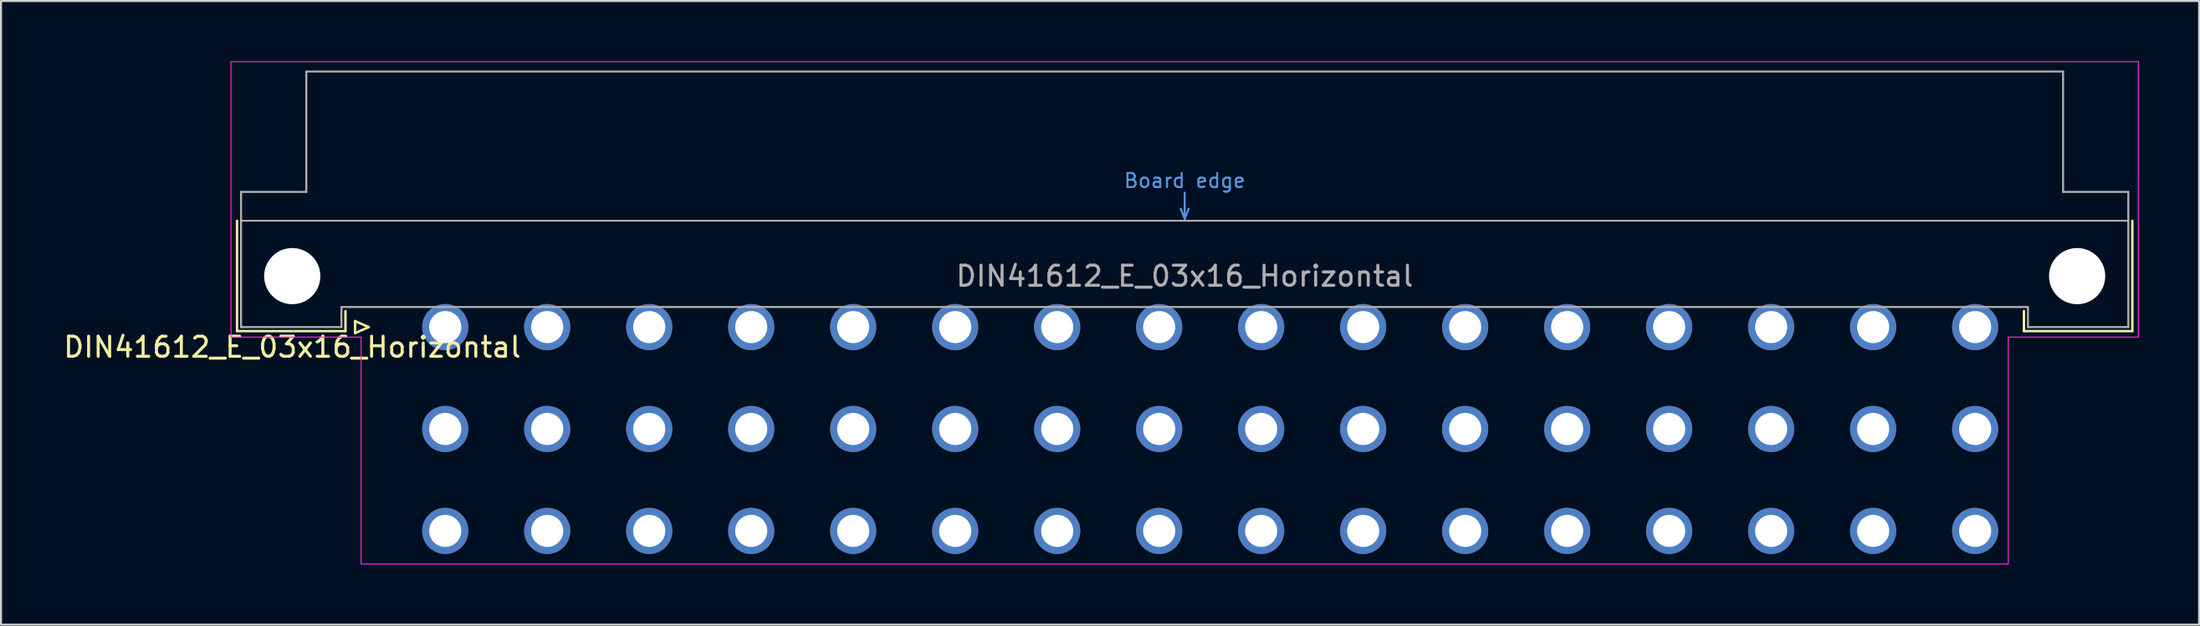
<source format=kicad_pcb>
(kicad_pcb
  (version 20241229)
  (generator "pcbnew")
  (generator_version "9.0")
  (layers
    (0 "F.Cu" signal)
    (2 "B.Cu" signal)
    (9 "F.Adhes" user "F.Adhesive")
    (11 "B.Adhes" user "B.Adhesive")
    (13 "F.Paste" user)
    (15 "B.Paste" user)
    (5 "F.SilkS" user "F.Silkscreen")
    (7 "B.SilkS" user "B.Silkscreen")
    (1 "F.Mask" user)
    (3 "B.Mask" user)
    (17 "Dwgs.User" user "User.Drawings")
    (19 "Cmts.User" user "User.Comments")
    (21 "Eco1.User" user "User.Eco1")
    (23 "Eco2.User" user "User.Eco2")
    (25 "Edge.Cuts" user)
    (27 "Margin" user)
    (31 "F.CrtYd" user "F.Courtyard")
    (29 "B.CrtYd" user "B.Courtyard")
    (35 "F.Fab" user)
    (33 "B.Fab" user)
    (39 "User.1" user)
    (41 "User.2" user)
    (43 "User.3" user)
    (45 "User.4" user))
  (footprint "DIN41612_E_03x16_Horizontal"
    (layer "F.Cu")
    (at 16.586 13.255)
    (property "Reference" "DIN41612_E_03x16_Horizontal" (at -5.08 1 0) (layer "F.SilkS") (effects (font (size 1 1) (thickness 0.15))))
    (attr through_hole)
    (fp_line (start -7.83 -5.3) (end -7.83 0.2) (stroke (width 0.12) (type solid)) (layer "F.SilkS"))
    (fp_line (start -7.83 0.2) (end -2.43 0.2) (stroke (width 0.12) (type solid)) (layer "F.SilkS"))
    (fp_line (start -2.43 0.2) (end -2.43 -0.8) (stroke (width 0.12) (type solid)) (layer "F.SilkS"))
    (fp_line (start -1.95 -0.3) (end -1.95 0.3) (stroke (width 0.12) (type solid)) (layer "F.SilkS"))
    (fp_line (start -1.95 0.3) (end -1.27 0) (stroke (width 0.12) (type solid)) (layer "F.SilkS"))
    (fp_line (start -1.27 0) (end -1.95 -0.3) (stroke (width 0.12) (type solid)) (layer "F.SilkS"))
    (fp_line (start 81.17 0.2) (end 81.17 -0.8) (stroke (width 0.12) (type solid)) (layer "F.SilkS"))
    (fp_line (start 86.57 -5.3) (end 86.57 0.2) (stroke (width 0.12) (type solid)) (layer "F.SilkS"))
    (fp_line (start 86.57 0.2) (end 81.17 0.2) (stroke (width 0.12) (type solid)) (layer "F.SilkS"))
    (fp_line (start -7.63 -5.3) (end 86.37 -5.3) (stroke (width 0.08) (type solid)) (layer "Dwgs.User"))
    (fp_line (start 39.17 -5.9) (end 39.37 -5.4) (stroke (width 0.1) (type solid)) (layer "Cmts.User"))
    (fp_line (start 39.37 -5.4) (end 39.37 -6.7) (stroke (width 0.1) (type solid)) (layer "Cmts.User"))
    (fp_line (start 39.37 -5.4) (end 39.57 -5.9) (stroke (width 0.1) (type solid)) (layer "Cmts.User"))
    (fp_line (start -8.13 -13.23) (end -8.13 0.5) (stroke (width 0.05) (type solid)) (layer "F.CrtYd"))
    (fp_line (start -8.13 0.5) (end -1.65 0.5) (stroke (width 0.05) (type solid)) (layer "F.CrtYd"))
    (fp_line (start -1.65 0.5) (end -1.65 11.81) (stroke (width 0.05) (type solid)) (layer "F.CrtYd"))
    (fp_line (start -1.65 11.81) (end 80.39 11.81) (stroke (width 0.05) (type solid)) (layer "F.CrtYd"))
    (fp_line (start 80.39 0.5) (end 86.87 0.5) (stroke (width 0.05) (type solid)) (layer "F.CrtYd"))
    (fp_line (start 80.39 11.81) (end 80.39 0.5) (stroke (width 0.05) (type solid)) (layer "F.CrtYd"))
    (fp_line (start 86.87 -13.23) (end -8.13 -13.23) (stroke (width 0.05) (type solid)) (layer "F.CrtYd"))
    (fp_line (start 86.87 0.5) (end 86.87 -13.23) (stroke (width 0.05) (type solid)) (layer "F.CrtYd"))
    (fp_line (start -7.63 -6.74) (end -7.63 0) (stroke (width 0.1) (type solid)) (layer "F.Fab"))
    (fp_line (start -7.63 0) (end -2.63 0) (stroke (width 0.1) (type solid)) (layer "F.Fab"))
    (fp_line (start -4.38 -12.74) (end -4.38 -6.74) (stroke (width 0.1) (type solid)) (layer "F.Fab"))
    (fp_line (start -4.38 -6.74) (end -7.63 -6.74) (stroke (width 0.1) (type solid)) (layer "F.Fab"))
    (fp_line (start -2.63 -1) (end 81.37 -1) (stroke (width 0.1) (type solid)) (layer "F.Fab"))
    (fp_line (start -2.63 0) (end -2.63 -1) (stroke (width 0.1) (type solid)) (layer "F.Fab"))
    (fp_line (start 81.37 -1) (end 81.37 0) (stroke (width 0.1) (type solid)) (layer "F.Fab"))
    (fp_line (start 81.37 0) (end 86.37 0) (stroke (width 0.1) (type solid)) (layer "F.Fab"))
    (fp_line (start 83.12 -12.74) (end -4.38 -12.74) (stroke (width 0.1) (type solid)) (layer "F.Fab"))
    (fp_line (start 83.12 -6.74) (end 83.12 -12.74) (stroke (width 0.1) (type solid)) (layer "F.Fab"))
    (fp_line (start 86.37 -6.74) (end 83.12 -6.74) (stroke (width 0.1) (type solid)) (layer "F.Fab"))
    (fp_line (start 86.37 0) (end 86.37 -6.74) (stroke (width 0.1) (type solid)) (layer "F.Fab"))
    (fp_text user "Board edge" (at 39.37 -7.3 0) (layer "Cmts.User") (effects (font (size 0.7 0.7) (thickness 0.1))))
    (fp_text user "${REFERENCE}" (at 39.37 -2.54 0) (layer "F.Fab") (effects (font (size 1 1) (thickness 0.15))))
    (pad "" np_thru_hole circle (at -5.08 -2.54) (size 2.8 2.8) (drill 2.8) (layers "*.Cu" "*.Mask"))
    (pad "" np_thru_hole circle (at 83.82 -2.54) (size 2.8 2.8) (drill 2.8) (layers "*.Cu" "*.Mask"))
    (pad "a2" thru_hole circle (at 2.54 0) (size 2.3 2.3) (drill 1.6) (layers "*.Cu" "*.Mask"))
    (pad "a4" thru_hole circle (at 7.62 0) (size 2.3 2.3) (drill 1.6) (layers "*.Cu" "*.Mask"))
    (pad "a6" thru_hole circle (at 12.7 0) (size 2.3 2.3) (drill 1.6) (layers "*.Cu" "*.Mask"))
    (pad "a8" thru_hole circle (at 17.78 0) (size 2.3 2.3) (drill 1.6) (layers "*.Cu" "*.Mask"))
    (pad "a10" thru_hole circle (at 22.86 0) (size 2.3 2.3) (drill 1.6) (layers "*.Cu" "*.Mask"))
    (pad "a12" thru_hole circle (at 27.94 0) (size 2.3 2.3) (drill 1.6) (layers "*.Cu" "*.Mask"))
    (pad "a14" thru_hole circle (at 33.02 0) (size 2.3 2.3) (drill 1.6) (layers "*.Cu" "*.Mask"))
    (pad "a16" thru_hole circle (at 38.1 0) (size 2.3 2.3) (drill 1.6) (layers "*.Cu" "*.Mask"))
    (pad "a18" thru_hole circle (at 43.18 0) (size 2.3 2.3) (drill 1.6) (layers "*.Cu" "*.Mask"))
    (pad "a20" thru_hole circle (at 48.26 0) (size 2.3 2.3) (drill 1.6) (layers "*.Cu" "*.Mask"))
    (pad "a22" thru_hole circle (at 53.34 0) (size 2.3 2.3) (drill 1.6) (layers "*.Cu" "*.Mask"))
    (pad "a24" thru_hole circle (at 58.42 0) (size 2.3 2.3) (drill 1.6) (layers "*.Cu" "*.Mask"))
    (pad "a26" thru_hole circle (at 63.5 0) (size 2.3 2.3) (drill 1.6) (layers "*.Cu" "*.Mask"))
    (pad "a28" thru_hole circle (at 68.58 0) (size 2.3 2.3) (drill 1.6) (layers "*.Cu" "*.Mask"))
    (pad "a30" thru_hole circle (at 73.66 0) (size 2.3 2.3) (drill 1.6) (layers "*.Cu" "*.Mask"))
    (pad "a32" thru_hole circle (at 78.74 0) (size 2.3 2.3) (drill 1.6) (layers "*.Cu" "*.Mask"))
    (pad "c2" thru_hole circle (at 2.54 5.08) (size 2.3 2.3) (drill 1.6) (layers "*.Cu" "*.Mask"))
    (pad "c4" thru_hole circle (at 7.62 5.08) (size 2.3 2.3) (drill 1.6) (layers "*.Cu" "*.Mask"))
    (pad "c6" thru_hole circle (at 12.7 5.08) (size 2.3 2.3) (drill 1.6) (layers "*.Cu" "*.Mask"))
    (pad "c8" thru_hole circle (at 17.78 5.08) (size 2.3 2.3) (drill 1.6) (layers "*.Cu" "*.Mask"))
    (pad "c10" thru_hole circle (at 22.86 5.08) (size 2.3 2.3) (drill 1.6) (layers "*.Cu" "*.Mask"))
    (pad "c12" thru_hole circle (at 27.94 5.08) (size 2.3 2.3) (drill 1.6) (layers "*.Cu" "*.Mask"))
    (pad "c14" thru_hole circle (at 33.02 5.08) (size 2.3 2.3) (drill 1.6) (layers "*.Cu" "*.Mask"))
    (pad "c16" thru_hole circle (at 38.1 5.08) (size 2.3 2.3) (drill 1.6) (layers "*.Cu" "*.Mask"))
    (pad "c18" thru_hole circle (at 43.18 5.08) (size 2.3 2.3) (drill 1.6) (layers "*.Cu" "*.Mask"))
    (pad "c20" thru_hole circle (at 48.26 5.08) (size 2.3 2.3) (drill 1.6) (layers "*.Cu" "*.Mask"))
    (pad "c22" thru_hole circle (at 53.34 5.08) (size 2.3 2.3) (drill 1.6) (layers "*.Cu" "*.Mask"))
    (pad "c24" thru_hole circle (at 58.42 5.08) (size 2.3 2.3) (drill 1.6) (layers "*.Cu" "*.Mask"))
    (pad "c26" thru_hole circle (at 63.5 5.08) (size 2.3 2.3) (drill 1.6) (layers "*.Cu" "*.Mask"))
    (pad "c28" thru_hole circle (at 68.58 5.08) (size 2.3 2.3) (drill 1.6) (layers "*.Cu" "*.Mask"))
    (pad "c30" thru_hole circle (at 73.66 5.08) (size 2.3 2.3) (drill 1.6) (layers "*.Cu" "*.Mask"))
    (pad "c32" thru_hole circle (at 78.74 5.08) (size 2.3 2.3) (drill 1.6) (layers "*.Cu" "*.Mask"))
    (pad "e2" thru_hole circle (at 2.54 10.16) (size 2.3 2.3) (drill 1.6) (layers "*.Cu" "*.Mask"))
    (pad "e4" thru_hole circle (at 7.62 10.16) (size 2.3 2.3) (drill 1.6) (layers "*.Cu" "*.Mask"))
    (pad "e6" thru_hole circle (at 12.7 10.16) (size 2.3 2.3) (drill 1.6) (layers "*.Cu" "*.Mask"))
    (pad "e8" thru_hole circle (at 17.78 10.16) (size 2.3 2.3) (drill 1.6) (layers "*.Cu" "*.Mask"))
    (pad "e10" thru_hole circle (at 22.86 10.16) (size 2.3 2.3) (drill 1.6) (layers "*.Cu" "*.Mask"))
    (pad "e12" thru_hole circle (at 27.94 10.16) (size 2.3 2.3) (drill 1.6) (layers "*.Cu" "*.Mask"))
    (pad "e14" thru_hole circle (at 33.02 10.16) (size 2.3 2.3) (drill 1.6) (layers "*.Cu" "*.Mask"))
    (pad "e16" thru_hole circle (at 38.1 10.16) (size 2.3 2.3) (drill 1.6) (layers "*.Cu" "*.Mask"))
    (pad "e18" thru_hole circle (at 43.18 10.16) (size 2.3 2.3) (drill 1.6) (layers "*.Cu" "*.Mask"))
    (pad "e20" thru_hole circle (at 48.26 10.16) (size 2.3 2.3) (drill 1.6) (layers "*.Cu" "*.Mask"))
    (pad "e22" thru_hole circle (at 53.34 10.16) (size 2.3 2.3) (drill 1.6) (layers "*.Cu" "*.Mask"))
    (pad "e24" thru_hole circle (at 58.42 10.16) (size 2.3 2.3) (drill 1.6) (layers "*.Cu" "*.Mask"))
    (pad "e26" thru_hole circle (at 63.5 10.16) (size 2.3 2.3) (drill 1.6) (layers "*.Cu" "*.Mask"))
    (pad "e28" thru_hole circle (at 68.58 10.16) (size 2.3 2.3) (drill 1.6) (layers "*.Cu" "*.Mask"))
    (pad "e30" thru_hole circle (at 73.66 10.16) (size 2.3 2.3) (drill 1.6) (layers "*.Cu" "*.Mask"))
    (pad "e32" thru_hole circle (at 78.74 10.16) (size 2.3 2.3) (drill 1.6) (layers "*.Cu" "*.Mask")))
  (gr_rect
    (start -3 -3)
    (end 106.481 28.09)
    (stroke (width 0.1) (type default))
    (fill no)
    (layer "Edge.Cuts")))
</source>
